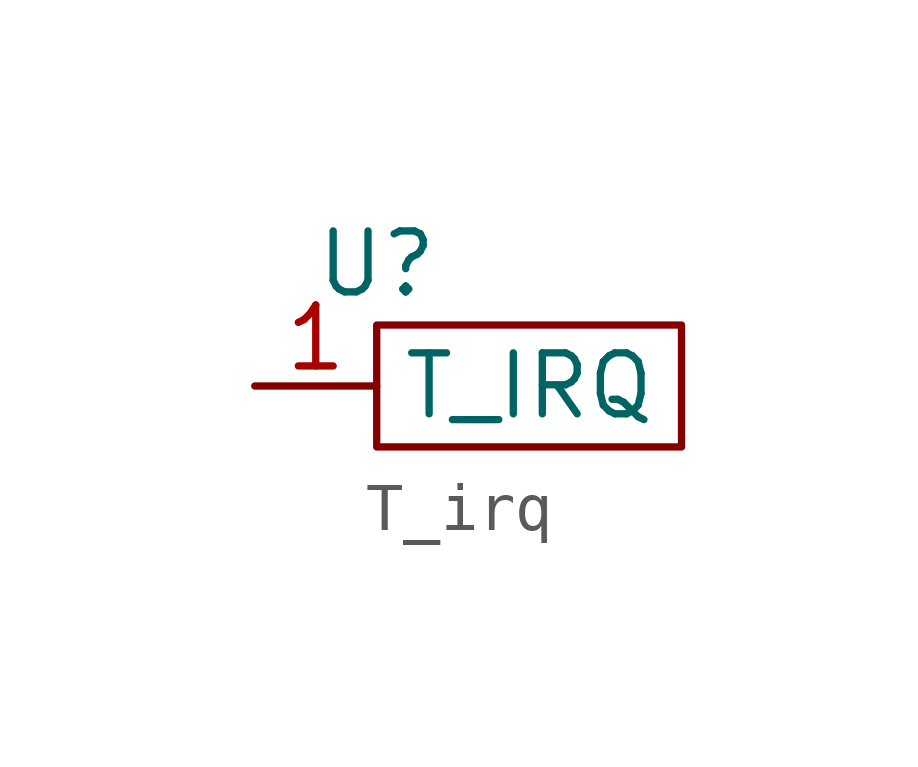
<source format=kicad_sym>
(kicad_symbol_lib
  (version 20231120)
  (generator "kicad_symbol_editor")
  (generator_version "8.0")
  (symbol "T_irq"
    (property "Reference" "U"
      (at 0 2.54 0)
      (effects (font (size 1.27 1.27))))
    (property "Value" ""
      (at 0 0 0)
      (effects (font (size 1.27 1.27))))
    (symbol "T_irq_0_1"
      (rectangle (start 0 1.27) (end 6.35 -1.27) (stroke (width 0) (type default)) (fill (type none))))
    (symbol "T_irq_1_1"
      (pin bidirectional line (at -2.54 0 0) (length 2.54) (name "T_IRQ" (effects (font (size 1.27 1.27)))) (number "1" (effects (font (size 1.27 1.27))))))))
</source>
